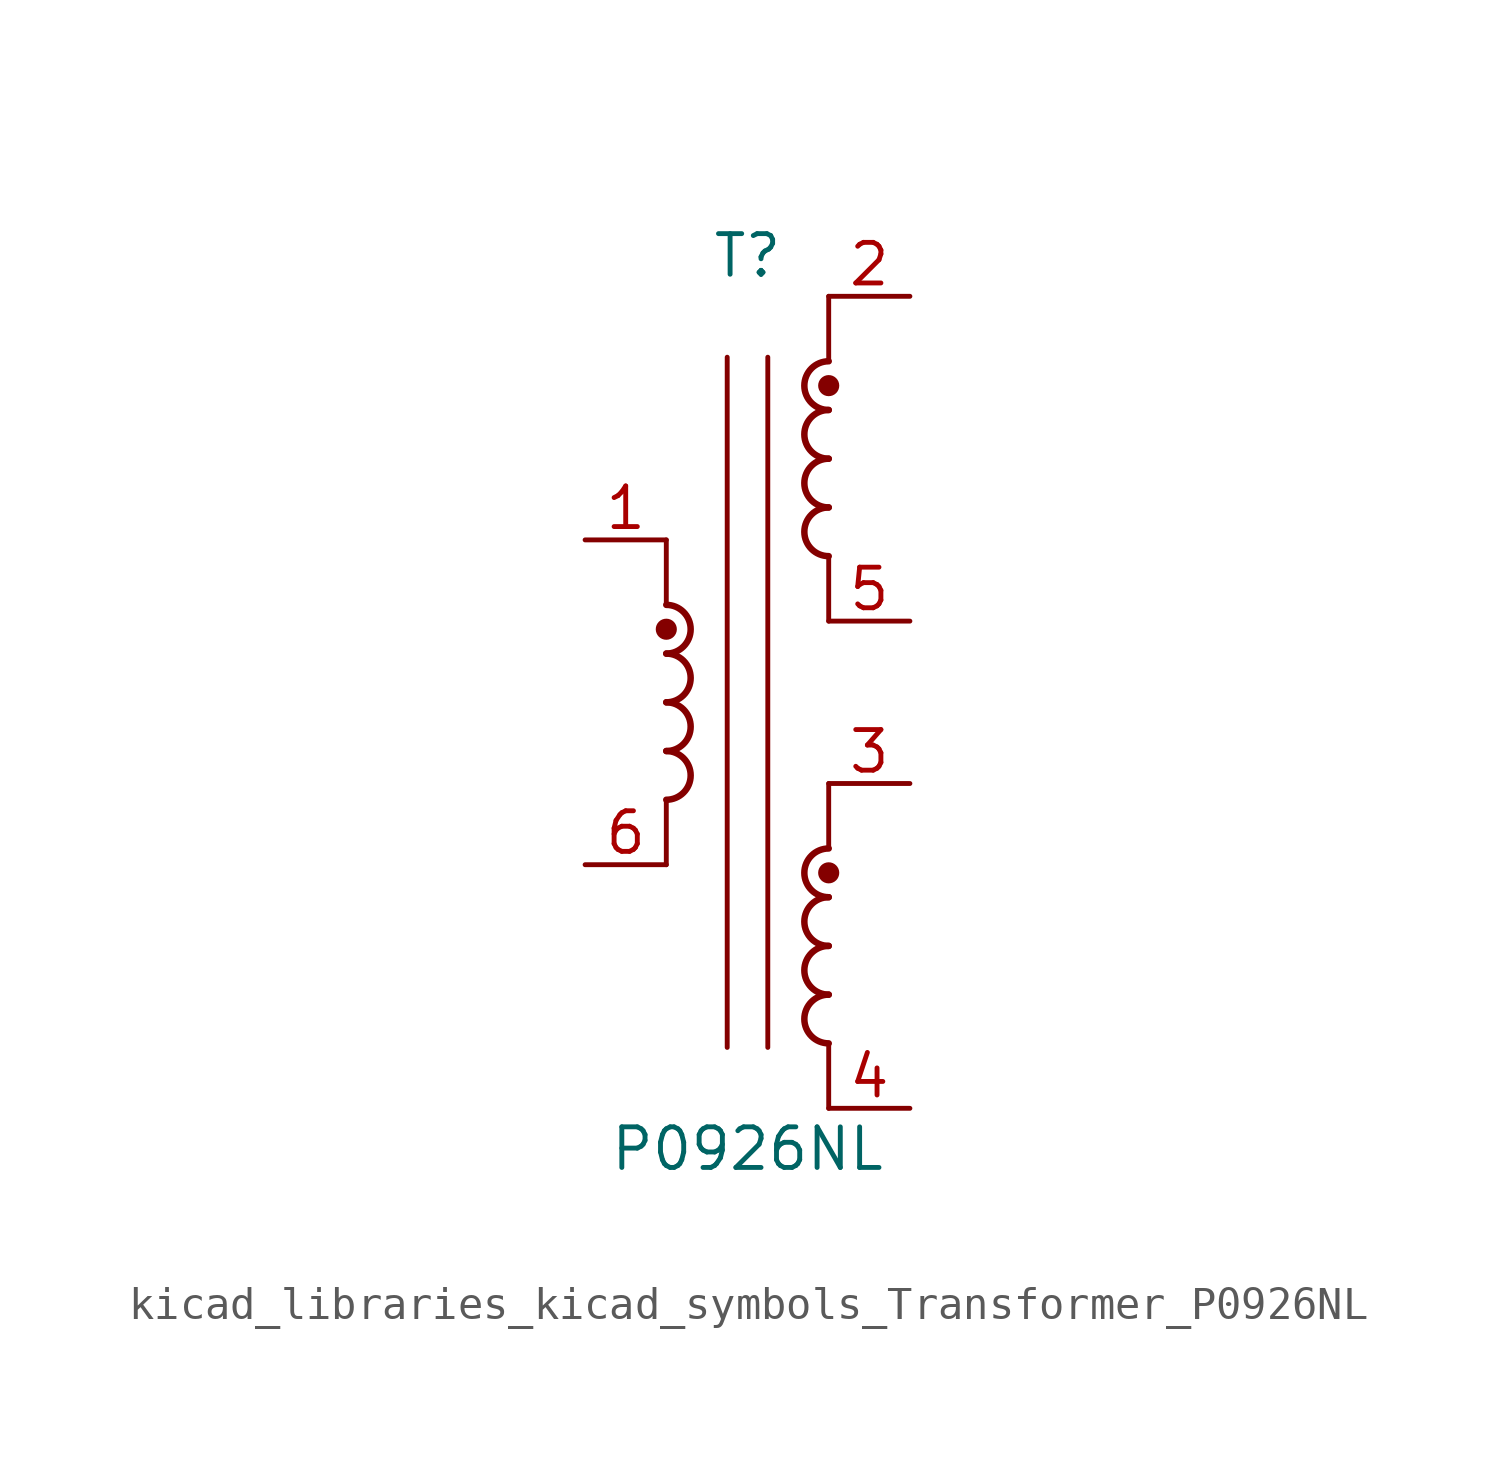
<source format=kicad_sym>
(kicad_symbol_lib
  (version 20220914)
  (generator kicad_symbol_editor)
  (symbol "kicad_libraries_kicad_symbols_Transformer_P0926NL"
    (pin_names hide)
    (property "Reference" "T"
      (at 0 13.97 0)
      (effects (font (size 1.27 1.27))))
    (property "Value" "P0926NL"
      (at 0 -13.97 0)
      (effects (font (size 1.27 1.27))))
    (symbol "kicad_libraries_kicad_symbols_Transformer_P0926NL_0_1"
      (arc (start -2.54 -3.048) (mid -1.7813 -2.286) (end -2.54 -1.524) (stroke (width 0.2032) (type default)) (fill (type none)))
      (arc (start -2.54 -1.524) (mid -1.7813 -0.762) (end -2.54 0) (stroke (width 0.2032) (type default)) (fill (type none)))
      (arc (start -2.54 0) (mid -1.7813 0.762) (end -2.54 1.524) (stroke (width 0.2032) (type default)) (fill (type none)))
      (circle (center -2.54 2.286) (radius 0.254) (stroke (width 0) (type default)) (fill (type outline)))
      (polyline (pts (xy -2.54 -3.048) (xy -2.54 -5.08)) (stroke (width 0) (type default)) (fill (type none)))
      (polyline (pts (xy -2.54 5.08) (xy -2.54 3.048)) (stroke (width 0) (type default)) (fill (type none)))
      (polyline (pts (xy -0.635 10.795) (xy -0.635 -10.795)) (stroke (width 0) (type default)) (fill (type none)))
      (polyline (pts (xy 0.635 10.795) (xy 0.635 -10.795)) (stroke (width 0) (type default)) (fill (type none)))
      (polyline (pts (xy 2.54 -10.668) (xy 2.54 -12.7)) (stroke (width 0) (type default)) (fill (type none)))
      (polyline (pts (xy 2.54 -2.54) (xy 2.54 -4.572)) (stroke (width 0) (type default)) (fill (type none)))
      (polyline (pts (xy 2.54 4.572) (xy 2.54 2.54)) (stroke (width 0) (type default)) (fill (type none)))
      (polyline (pts (xy 2.54 12.7) (xy 2.54 10.668)) (stroke (width 0) (type default)) (fill (type none)))
      (arc (start 2.54 -9.144) (mid 1.7813 -9.906) (end 2.54 -10.668) (stroke (width 0.2032) (type default)) (fill (type none)))
      (arc (start 2.54 -7.62) (mid 1.7813 -8.382) (end 2.54 -9.144) (stroke (width 0.2032) (type default)) (fill (type none)))
      (arc (start 2.54 -6.096) (mid 1.7813 -6.858) (end 2.54 -7.62) (stroke (width 0.2032) (type default)) (fill (type none)))
      (circle (center 2.54 -5.334) (radius 0.254) (stroke (width 0) (type default)) (fill (type outline)))
      (arc (start 2.54 -4.572) (mid 1.7813 -5.334) (end 2.54 -6.096) (stroke (width 0.2032) (type default)) (fill (type none)))
      (arc (start 2.54 6.096) (mid 1.7813 5.334) (end 2.54 4.572) (stroke (width 0.2032) (type default)) (fill (type none)))
      (arc (start 2.54 7.62) (mid 1.7813 6.858) (end 2.54 6.096) (stroke (width 0.2032) (type default)) (fill (type none)))
      (arc (start 2.54 9.144) (mid 1.7813 8.382) (end 2.54 7.62) (stroke (width 0.2032) (type default)) (fill (type none)))
      (circle (center 2.54 9.906) (radius 0.254) (stroke (width 0) (type default)) (fill (type outline)))
      (arc (start 2.54 10.668) (mid 1.7813 9.906) (end 2.54 9.144) (stroke (width 0.2032) (type default)) (fill (type none))))
    (symbol "kicad_libraries_kicad_symbols_Transformer_P0926NL_1_1"
      (arc (start -2.54 1.524) (mid -1.7813 2.286) (end -2.54 3.048) (stroke (width 0.2032) (type default)) (fill (type none)))
      (pin passive line (at -5.08 5.08 0) (length 2.54) (name "~" (effects (font (size 1.27 1.27)))) (number "1" (effects (font (size 1.27 1.27)))))
      (pin passive line (at 5.08 12.7 180) (length 2.54) (name "~" (effects (font (size 1.27 1.27)))) (number "2" (effects (font (size 1.27 1.27)))))
      (pin passive line (at 5.08 -2.54 180) (length 2.54) (name "~" (effects (font (size 1.27 1.27)))) (number "3" (effects (font (size 1.27 1.27)))))
      (pin passive line (at 5.08 -12.7 180) (length 2.54) (name "~" (effects (font (size 1.27 1.27)))) (number "4" (effects (font (size 1.27 1.27)))))
      (pin passive line (at 5.08 2.54 180) (length 2.54) (name "~" (effects (font (size 1.27 1.27)))) (number "5" (effects (font (size 1.27 1.27)))))
      (pin passive line (at -5.08 -5.08 0) (length 2.54) (name "~" (effects (font (size 1.27 1.27)))) (number "6" (effects (font (size 1.27 1.27))))))))
</source>
